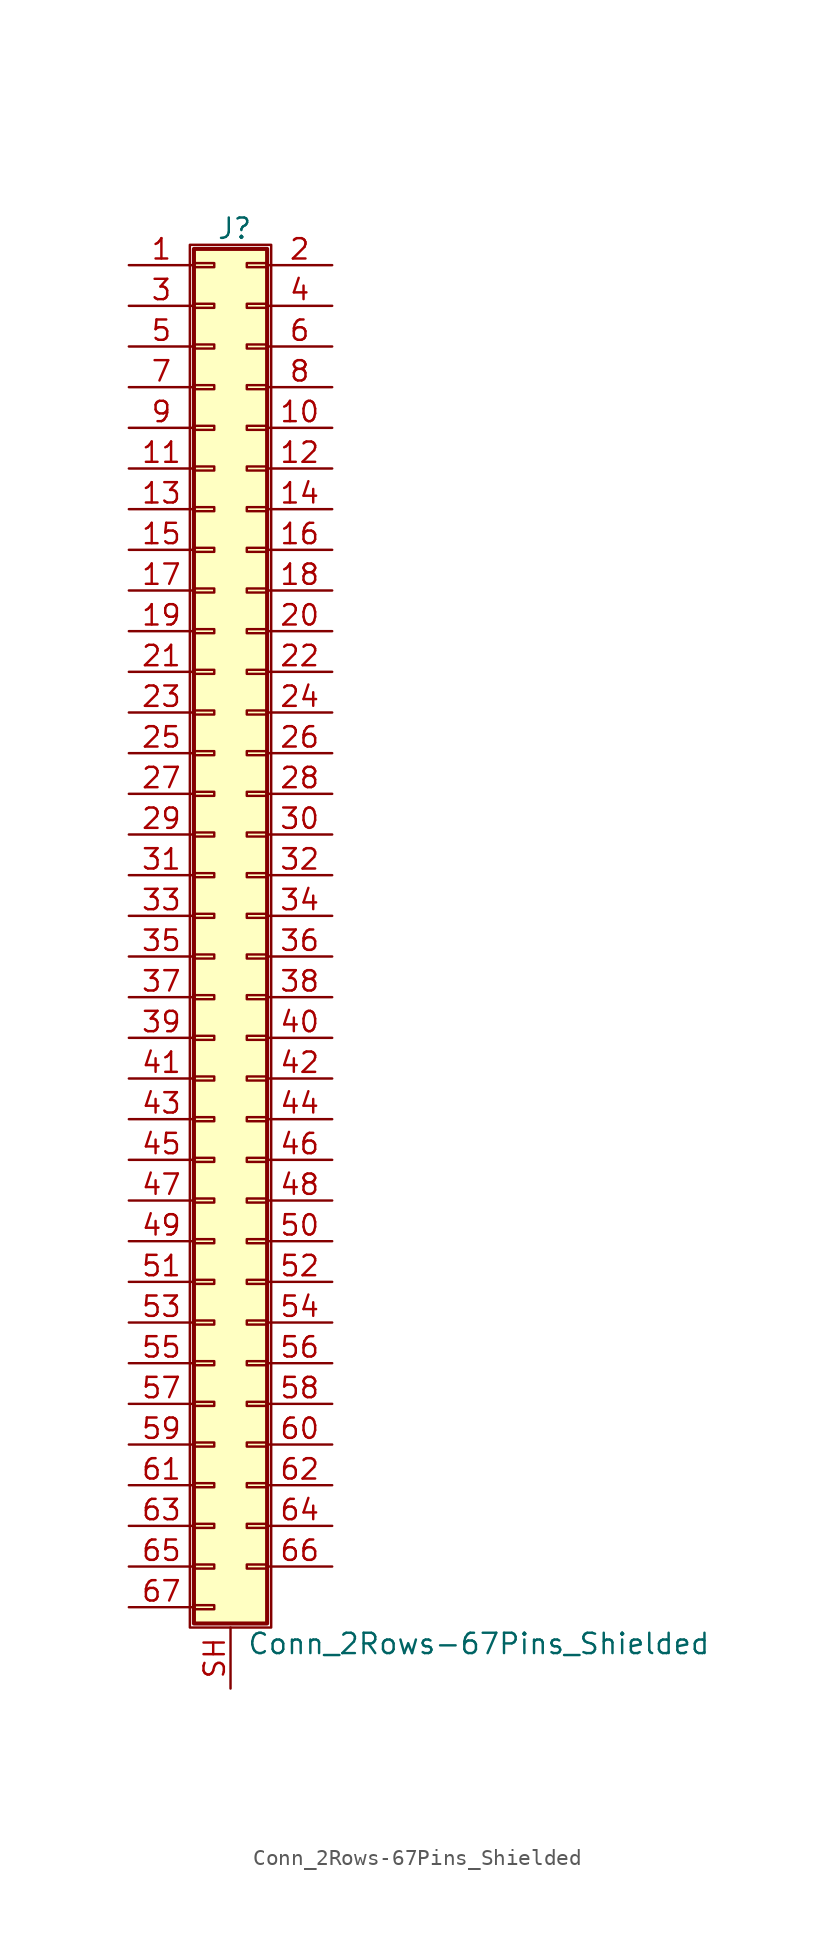
<source format=kicad_sym>
(kicad_symbol_lib
  (version 20200908)
  (generator kicad_symbol_editor)
  (symbol "Connector_Generic_Shielded:Conn_2Rows-67Pins_Shielded"
    (pin_names
      (offset 1.016) hide)
    (property "Reference" "J"
      (at 1.524 42.926 0)
      (effects (font (size 1.27 1.27))))
    (property "Value" "Conn_2Rows-67Pins_Shielded"
      (at 2.286 -45.466 0)
      (effects (font (size 1.27 1.27)) (justify left)))
    (symbol "Conn_2Rows-67Pins_Shielded_1_1"
      (rectangle (start -1.016 -27.813) (end 0.254 -28.067) (stroke (width 0.152)) (fill (type none)))
      (rectangle (start -1.016 -30.353) (end 0.254 -30.607) (stroke (width 0.152)) (fill (type none)))
      (rectangle (start -1.016 -32.893) (end 0.254 -33.147) (stroke (width 0.152)) (fill (type none)))
      (rectangle (start -1.016 -35.433) (end 0.254 -35.687) (stroke (width 0.152)) (fill (type none)))
      (rectangle (start -1.016 -37.973) (end 0.254 -38.227) (stroke (width 0.152)) (fill (type none)))
      (rectangle (start -1.016 -40.513) (end 0.254 -40.767) (stroke (width 0.152)) (fill (type none)))
      (rectangle (start -1.016 -43.053) (end 0.254 -43.307) (stroke (width 0.152)) (fill (type none)))
      (rectangle (start -1.016 -4.953) (end 0.254 -5.207) (stroke (width 0.152)) (fill (type none)))
      (rectangle (start -1.016 -7.493) (end 0.254 -7.747) (stroke (width 0.152)) (fill (type none)))
      (rectangle (start -1.016 -10.033) (end 0.254 -10.287) (stroke (width 0.152)) (fill (type none)))
      (rectangle (start -1.016 -12.573) (end 0.254 -12.827) (stroke (width 0.152)) (fill (type none)))
      (rectangle (start -1.016 -15.113) (end 0.254 -15.367) (stroke (width 0.152)) (fill (type none)))
      (rectangle (start -1.016 -17.653) (end 0.254 -17.907) (stroke (width 0.152)) (fill (type none)))
      (rectangle (start -1.016 -20.193) (end 0.254 -20.447) (stroke (width 0.152)) (fill (type none)))
      (rectangle (start -1.016 -22.733) (end 0.254 -22.987) (stroke (width 0.152)) (fill (type none)))
      (rectangle (start -1.016 -2.413) (end 0.254 -2.667) (stroke (width 0.152)) (fill (type none)))
      (rectangle (start -1.016 -25.273) (end 0.254 -25.527) (stroke (width 0.152)) (fill (type none)))
      (rectangle (start -1.016 25.527) (end 0.254 25.273) (stroke (width 0.152)) (fill (type none)))
      (rectangle (start -1.016 2.667) (end 0.254 2.413) (stroke (width 0.152)) (fill (type none)))
      (rectangle (start -1.016 28.067) (end 0.254 27.813) (stroke (width 0.152)) (fill (type none)))
      (rectangle (start -1.016 30.607) (end 0.254 30.353) (stroke (width 0.152)) (fill (type none)))
      (rectangle (start -1.016 33.147) (end 0.254 32.893) (stroke (width 0.152)) (fill (type none)))
      (rectangle (start -1.016 35.687) (end 0.254 35.433) (stroke (width 0.152)) (fill (type none)))
      (rectangle (start -1.016 38.227) (end 0.254 37.973) (stroke (width 0.152)) (fill (type none)))
      (rectangle (start -1.016 40.767) (end 0.254 40.513) (stroke (width 0.152)) (fill (type none)))
      (rectangle (start -1.016 41.656) (end 3.556 -44.196) (stroke (width 0.254)) (fill (type background)))
      (rectangle (start -1.016 5.207) (end 0.254 4.953) (stroke (width 0.152)) (fill (type none)))
      (rectangle (start -1.016 7.747) (end 0.254 7.493) (stroke (width 0.152)) (fill (type none)))
      (rectangle (start -1.016 10.287) (end 0.254 10.033) (stroke (width 0.152)) (fill (type none)))
      (rectangle (start -1.016 0.127) (end 0.254 -0.127) (stroke (width 0.152)) (fill (type none)))
      (rectangle (start -1.016 12.827) (end 0.254 12.573) (stroke (width 0.152)) (fill (type none)))
      (rectangle (start -1.016 15.367) (end 0.254 15.113) (stroke (width 0.152)) (fill (type none)))
      (rectangle (start -1.016 17.907) (end 0.254 17.653) (stroke (width 0.152)) (fill (type none)))
      (rectangle (start -1.016 20.447) (end 0.254 20.193) (stroke (width 0.152)) (fill (type none)))
      (rectangle (start -1.016 22.987) (end 0.254 22.733) (stroke (width 0.152)) (fill (type none)))
      (rectangle (start -1.27 41.91) (end 3.81 -44.45) (stroke (width 0.152)) (fill (type none)))
      (rectangle (start 3.556 -27.813) (end 2.286 -28.067) (stroke (width 0.152)) (fill (type none)))
      (rectangle (start 3.556 -30.353) (end 2.286 -30.607) (stroke (width 0.152)) (fill (type none)))
      (rectangle (start 3.556 -32.893) (end 2.286 -33.147) (stroke (width 0.152)) (fill (type none)))
      (rectangle (start 3.556 -35.433) (end 2.286 -35.687) (stroke (width 0.152)) (fill (type none)))
      (rectangle (start 3.556 -37.973) (end 2.286 -38.227) (stroke (width 0.152)) (fill (type none)))
      (rectangle (start 3.556 -40.513) (end 2.286 -40.767) (stroke (width 0.152)) (fill (type none)))
      (rectangle (start 3.556 -4.953) (end 2.286 -5.207) (stroke (width 0.152)) (fill (type none)))
      (rectangle (start 3.556 -7.493) (end 2.286 -7.747) (stroke (width 0.152)) (fill (type none)))
      (rectangle (start 3.556 -10.033) (end 2.286 -10.287) (stroke (width 0.152)) (fill (type none)))
      (rectangle (start 3.556 -12.573) (end 2.286 -12.827) (stroke (width 0.152)) (fill (type none)))
      (rectangle (start 3.556 -15.113) (end 2.286 -15.367) (stroke (width 0.152)) (fill (type none)))
      (rectangle (start 3.556 -17.653) (end 2.286 -17.907) (stroke (width 0.152)) (fill (type none)))
      (rectangle (start 3.556 -20.193) (end 2.286 -20.447) (stroke (width 0.152)) (fill (type none)))
      (rectangle (start 3.556 -22.733) (end 2.286 -22.987) (stroke (width 0.152)) (fill (type none)))
      (rectangle (start 3.556 -2.413) (end 2.286 -2.667) (stroke (width 0.152)) (fill (type none)))
      (rectangle (start 3.556 -25.273) (end 2.286 -25.527) (stroke (width 0.152)) (fill (type none)))
      (rectangle (start 3.556 25.527) (end 2.286 25.273) (stroke (width 0.152)) (fill (type none)))
      (rectangle (start 3.556 2.667) (end 2.286 2.413) (stroke (width 0.152)) (fill (type none)))
      (rectangle (start 3.556 28.067) (end 2.286 27.813) (stroke (width 0.152)) (fill (type none)))
      (rectangle (start 3.556 30.607) (end 2.286 30.353) (stroke (width 0.152)) (fill (type none)))
      (rectangle (start 3.556 33.147) (end 2.286 32.893) (stroke (width 0.152)) (fill (type none)))
      (rectangle (start 3.556 35.687) (end 2.286 35.433) (stroke (width 0.152)) (fill (type none)))
      (rectangle (start 3.556 38.227) (end 2.286 37.973) (stroke (width 0.152)) (fill (type none)))
      (rectangle (start 3.556 40.767) (end 2.286 40.513) (stroke (width 0.152)) (fill (type none)))
      (rectangle (start 3.556 5.207) (end 2.286 4.953) (stroke (width 0.152)) (fill (type none)))
      (rectangle (start 3.556 7.747) (end 2.286 7.493) (stroke (width 0.152)) (fill (type none)))
      (rectangle (start 3.556 10.287) (end 2.286 10.033) (stroke (width 0.152)) (fill (type none)))
      (rectangle (start 3.556 0.127) (end 2.286 -0.127) (stroke (width 0.152)) (fill (type none)))
      (rectangle (start 3.556 12.827) (end 2.286 12.573) (stroke (width 0.152)) (fill (type none)))
      (rectangle (start 3.556 15.367) (end 2.286 15.113) (stroke (width 0.152)) (fill (type none)))
      (rectangle (start 3.556 17.907) (end 2.286 17.653) (stroke (width 0.152)) (fill (type none)))
      (rectangle (start 3.556 20.447) (end 2.286 20.193) (stroke (width 0.152)) (fill (type none)))
      (rectangle (start 3.556 22.987) (end 2.286 22.733) (stroke (width 0.152)) (fill (type none)))
      (pin passive line (at -5.08 40.64 0) (length 4.064) (name "Pin_1" (effects (font (size 1.27 1.27)))) (number "1" (effects (font (size 1.27 1.27)))))
      (pin passive line (at 7.62 30.48 180) (length 4.064) (name "Pin_10" (effects (font (size 1.27 1.27)))) (number "10" (effects (font (size 1.27 1.27)))))
      (pin passive line (at -5.08 27.94 0) (length 4.064) (name "Pin_11" (effects (font (size 1.27 1.27)))) (number "11" (effects (font (size 1.27 1.27)))))
      (pin passive line (at 7.62 27.94 180) (length 4.064) (name "Pin_12" (effects (font (size 1.27 1.27)))) (number "12" (effects (font (size 1.27 1.27)))))
      (pin passive line (at -5.08 25.4 0) (length 4.064) (name "Pin_13" (effects (font (size 1.27 1.27)))) (number "13" (effects (font (size 1.27 1.27)))))
      (pin passive line (at 7.62 25.4 180) (length 4.064) (name "Pin_14" (effects (font (size 1.27 1.27)))) (number "14" (effects (font (size 1.27 1.27)))))
      (pin passive line (at -5.08 22.86 0) (length 4.064) (name "Pin_15" (effects (font (size 1.27 1.27)))) (number "15" (effects (font (size 1.27 1.27)))))
      (pin passive line (at 7.62 22.86 180) (length 4.064) (name "Pin_16" (effects (font (size 1.27 1.27)))) (number "16" (effects (font (size 1.27 1.27)))))
      (pin passive line (at -5.08 20.32 0) (length 4.064) (name "Pin_17" (effects (font (size 1.27 1.27)))) (number "17" (effects (font (size 1.27 1.27)))))
      (pin passive line (at 7.62 20.32 180) (length 4.064) (name "Pin_18" (effects (font (size 1.27 1.27)))) (number "18" (effects (font (size 1.27 1.27)))))
      (pin passive line (at -5.08 17.78 0) (length 4.064) (name "Pin_19" (effects (font (size 1.27 1.27)))) (number "19" (effects (font (size 1.27 1.27)))))
      (pin passive line (at 7.62 40.64 180) (length 4.064) (name "Pin_2" (effects (font (size 1.27 1.27)))) (number "2" (effects (font (size 1.27 1.27)))))
      (pin passive line (at 7.62 17.78 180) (length 4.064) (name "Pin_20" (effects (font (size 1.27 1.27)))) (number "20" (effects (font (size 1.27 1.27)))))
      (pin passive line (at -5.08 15.24 0) (length 4.064) (name "Pin_21" (effects (font (size 1.27 1.27)))) (number "21" (effects (font (size 1.27 1.27)))))
      (pin passive line (at 7.62 15.24 180) (length 4.064) (name "Pin_22" (effects (font (size 1.27 1.27)))) (number "22" (effects (font (size 1.27 1.27)))))
      (pin passive line (at -5.08 12.7 0) (length 4.064) (name "Pin_23" (effects (font (size 1.27 1.27)))) (number "23" (effects (font (size 1.27 1.27)))))
      (pin passive line (at 7.62 12.7 180) (length 4.064) (name "Pin_24" (effects (font (size 1.27 1.27)))) (number "24" (effects (font (size 1.27 1.27)))))
      (pin passive line (at -5.08 10.16 0) (length 4.064) (name "Pin_25" (effects (font (size 1.27 1.27)))) (number "25" (effects (font (size 1.27 1.27)))))
      (pin passive line (at 7.62 10.16 180) (length 4.064) (name "Pin_26" (effects (font (size 1.27 1.27)))) (number "26" (effects (font (size 1.27 1.27)))))
      (pin passive line (at -5.08 7.62 0) (length 4.064) (name "Pin_27" (effects (font (size 1.27 1.27)))) (number "27" (effects (font (size 1.27 1.27)))))
      (pin passive line (at 7.62 7.62 180) (length 4.064) (name "Pin_28" (effects (font (size 1.27 1.27)))) (number "28" (effects (font (size 1.27 1.27)))))
      (pin passive line (at -5.08 5.08 0) (length 4.064) (name "Pin_29" (effects (font (size 1.27 1.27)))) (number "29" (effects (font (size 1.27 1.27)))))
      (pin passive line (at -5.08 38.1 0) (length 4.064) (name "Pin_3" (effects (font (size 1.27 1.27)))) (number "3" (effects (font (size 1.27 1.27)))))
      (pin passive line (at 7.62 5.08 180) (length 4.064) (name "Pin_30" (effects (font (size 1.27 1.27)))) (number "30" (effects (font (size 1.27 1.27)))))
      (pin passive line (at -5.08 2.54 0) (length 4.064) (name "Pin_31" (effects (font (size 1.27 1.27)))) (number "31" (effects (font (size 1.27 1.27)))))
      (pin passive line (at 7.62 2.54 180) (length 4.064) (name "Pin_32" (effects (font (size 1.27 1.27)))) (number "32" (effects (font (size 1.27 1.27)))))
      (pin passive line (at -5.08 0 0) (length 4.064) (name "Pin_33" (effects (font (size 1.27 1.27)))) (number "33" (effects (font (size 1.27 1.27)))))
      (pin passive line (at 7.62 0 180) (length 4.064) (name "Pin_34" (effects (font (size 1.27 1.27)))) (number "34" (effects (font (size 1.27 1.27)))))
      (pin passive line (at -5.08 -2.54 0) (length 4.064) (name "Pin_35" (effects (font (size 1.27 1.27)))) (number "35" (effects (font (size 1.27 1.27)))))
      (pin passive line (at 7.62 -2.54 180) (length 4.064) (name "Pin_36" (effects (font (size 1.27 1.27)))) (number "36" (effects (font (size 1.27 1.27)))))
      (pin passive line (at -5.08 -5.08 0) (length 4.064) (name "Pin_37" (effects (font (size 1.27 1.27)))) (number "37" (effects (font (size 1.27 1.27)))))
      (pin passive line (at 7.62 -5.08 180) (length 4.064) (name "Pin_38" (effects (font (size 1.27 1.27)))) (number "38" (effects (font (size 1.27 1.27)))))
      (pin passive line (at -5.08 -7.62 0) (length 4.064) (name "Pin_39" (effects (font (size 1.27 1.27)))) (number "39" (effects (font (size 1.27 1.27)))))
      (pin passive line (at 7.62 38.1 180) (length 4.064) (name "Pin_4" (effects (font (size 1.27 1.27)))) (number "4" (effects (font (size 1.27 1.27)))))
      (pin passive line (at 7.62 -7.62 180) (length 4.064) (name "Pin_40" (effects (font (size 1.27 1.27)))) (number "40" (effects (font (size 1.27 1.27)))))
      (pin passive line (at -5.08 -10.16 0) (length 4.064) (name "Pin_41" (effects (font (size 1.27 1.27)))) (number "41" (effects (font (size 1.27 1.27)))))
      (pin passive line (at 7.62 -10.16 180) (length 4.064) (name "Pin_42" (effects (font (size 1.27 1.27)))) (number "42" (effects (font (size 1.27 1.27)))))
      (pin passive line (at -5.08 -12.7 0) (length 4.064) (name "Pin_43" (effects (font (size 1.27 1.27)))) (number "43" (effects (font (size 1.27 1.27)))))
      (pin passive line (at 7.62 -12.7 180) (length 4.064) (name "Pin_44" (effects (font (size 1.27 1.27)))) (number "44" (effects (font (size 1.27 1.27)))))
      (pin passive line (at -5.08 -15.24 0) (length 4.064) (name "Pin_45" (effects (font (size 1.27 1.27)))) (number "45" (effects (font (size 1.27 1.27)))))
      (pin passive line (at 7.62 -15.24 180) (length 4.064) (name "Pin_46" (effects (font (size 1.27 1.27)))) (number "46" (effects (font (size 1.27 1.27)))))
      (pin passive line (at -5.08 -17.78 0) (length 4.064) (name "Pin_47" (effects (font (size 1.27 1.27)))) (number "47" (effects (font (size 1.27 1.27)))))
      (pin passive line (at 7.62 -17.78 180) (length 4.064) (name "Pin_48" (effects (font (size 1.27 1.27)))) (number "48" (effects (font (size 1.27 1.27)))))
      (pin passive line (at -5.08 -20.32 0) (length 4.064) (name "Pin_49" (effects (font (size 1.27 1.27)))) (number "49" (effects (font (size 1.27 1.27)))))
      (pin passive line (at -5.08 35.56 0) (length 4.064) (name "Pin_5" (effects (font (size 1.27 1.27)))) (number "5" (effects (font (size 1.27 1.27)))))
      (pin passive line (at 7.62 -20.32 180) (length 4.064) (name "Pin_50" (effects (font (size 1.27 1.27)))) (number "50" (effects (font (size 1.27 1.27)))))
      (pin passive line (at -5.08 -22.86 0) (length 4.064) (name "Pin_51" (effects (font (size 1.27 1.27)))) (number "51" (effects (font (size 1.27 1.27)))))
      (pin passive line (at 7.62 -22.86 180) (length 4.064) (name "Pin_52" (effects (font (size 1.27 1.27)))) (number "52" (effects (font (size 1.27 1.27)))))
      (pin passive line (at -5.08 -25.4 0) (length 4.064) (name "Pin_53" (effects (font (size 1.27 1.27)))) (number "53" (effects (font (size 1.27 1.27)))))
      (pin passive line (at 7.62 -25.4 180) (length 4.064) (name "Pin_54" (effects (font (size 1.27 1.27)))) (number "54" (effects (font (size 1.27 1.27)))))
      (pin passive line (at -5.08 -27.94 0) (length 4.064) (name "Pin_55" (effects (font (size 1.27 1.27)))) (number "55" (effects (font (size 1.27 1.27)))))
      (pin passive line (at 7.62 -27.94 180) (length 4.064) (name "Pin_56" (effects (font (size 1.27 1.27)))) (number "56" (effects (font (size 1.27 1.27)))))
      (pin passive line (at -5.08 -30.48 0) (length 4.064) (name "Pin_57" (effects (font (size 1.27 1.27)))) (number "57" (effects (font (size 1.27 1.27)))))
      (pin passive line (at 7.62 -30.48 180) (length 4.064) (name "Pin_58" (effects (font (size 1.27 1.27)))) (number "58" (effects (font (size 1.27 1.27)))))
      (pin passive line (at -5.08 -33.02 0) (length 4.064) (name "Pin_59" (effects (font (size 1.27 1.27)))) (number "59" (effects (font (size 1.27 1.27)))))
      (pin passive line (at 7.62 35.56 180) (length 4.064) (name "Pin_6" (effects (font (size 1.27 1.27)))) (number "6" (effects (font (size 1.27 1.27)))))
      (pin passive line (at 7.62 -33.02 180) (length 4.064) (name "Pin_60" (effects (font (size 1.27 1.27)))) (number "60" (effects (font (size 1.27 1.27)))))
      (pin passive line (at -5.08 -35.56 0) (length 4.064) (name "Pin_61" (effects (font (size 1.27 1.27)))) (number "61" (effects (font (size 1.27 1.27)))))
      (pin passive line (at 7.62 -35.56 180) (length 4.064) (name "Pin_62" (effects (font (size 1.27 1.27)))) (number "62" (effects (font (size 1.27 1.27)))))
      (pin passive line (at -5.08 -38.1 0) (length 4.064) (name "Pin_63" (effects (font (size 1.27 1.27)))) (number "63" (effects (font (size 1.27 1.27)))))
      (pin passive line (at 7.62 -38.1 180) (length 4.064) (name "Pin_64" (effects (font (size 1.27 1.27)))) (number "64" (effects (font (size 1.27 1.27)))))
      (pin passive line (at -5.08 -40.64 0) (length 4.064) (name "Pin_65" (effects (font (size 1.27 1.27)))) (number "65" (effects (font (size 1.27 1.27)))))
      (pin passive line (at 7.62 -40.64 180) (length 4.064) (name "Pin_66" (effects (font (size 1.27 1.27)))) (number "66" (effects (font (size 1.27 1.27)))))
      (pin passive line (at -5.08 -43.18 0) (length 4.064) (name "Pin_67" (effects (font (size 1.27 1.27)))) (number "67" (effects (font (size 1.27 1.27)))))
      (pin passive line (at -5.08 33.02 0) (length 4.064) (name "Pin_7" (effects (font (size 1.27 1.27)))) (number "7" (effects (font (size 1.27 1.27)))))
      (pin passive line (at 7.62 33.02 180) (length 4.064) (name "Pin_8" (effects (font (size 1.27 1.27)))) (number "8" (effects (font (size 1.27 1.27)))))
      (pin passive line (at -5.08 30.48 0) (length 4.064) (name "Pin_9" (effects (font (size 1.27 1.27)))) (number "9" (effects (font (size 1.27 1.27)))))
      (pin passive line (at 1.27 -48.26 90) (length 3.81) (name "Shield" (effects (font (size 1.27 1.27)))) (number "SH" (effects (font (size 1.27 1.27))))))))
</source>
